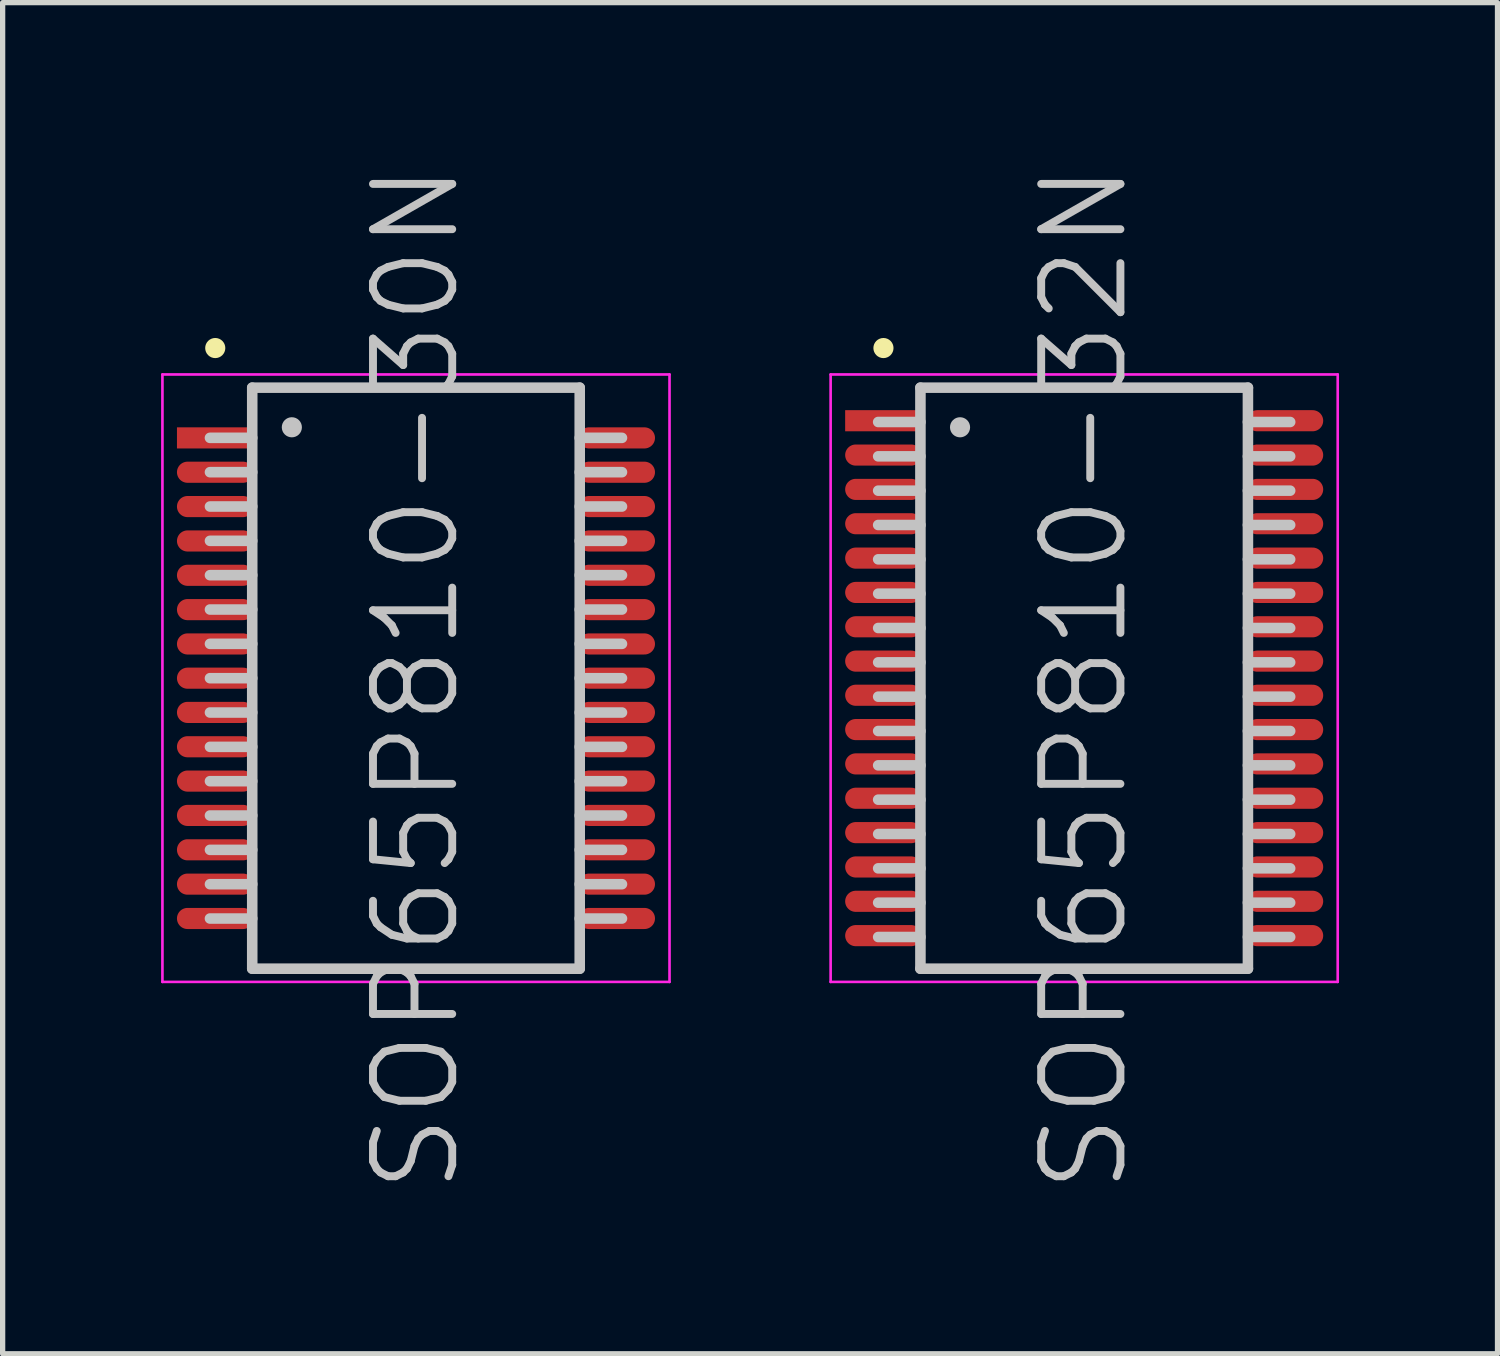
<source format=kicad_pcb>
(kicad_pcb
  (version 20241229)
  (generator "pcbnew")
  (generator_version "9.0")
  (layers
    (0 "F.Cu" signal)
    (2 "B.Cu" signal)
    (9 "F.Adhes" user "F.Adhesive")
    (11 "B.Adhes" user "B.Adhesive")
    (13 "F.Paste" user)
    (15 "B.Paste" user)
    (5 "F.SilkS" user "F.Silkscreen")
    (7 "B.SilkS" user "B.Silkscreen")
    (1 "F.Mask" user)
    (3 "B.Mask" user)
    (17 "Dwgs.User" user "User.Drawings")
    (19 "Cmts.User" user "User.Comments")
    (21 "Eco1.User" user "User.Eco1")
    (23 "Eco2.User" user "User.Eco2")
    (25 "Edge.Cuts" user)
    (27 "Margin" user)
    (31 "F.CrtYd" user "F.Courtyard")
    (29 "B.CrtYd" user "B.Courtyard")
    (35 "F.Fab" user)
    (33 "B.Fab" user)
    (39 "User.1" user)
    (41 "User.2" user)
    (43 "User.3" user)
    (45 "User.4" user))
  (footprint "SOP65P810-30N"
    (layer "F.Cu")
    (at 4.825 9.789)
    (property "Reference" "SOP65P810-30N" (at 0 0 90) (layer "Dwgs.User") (effects (font (size 1.5 1.5) (thickness 0.15))))
    (attr smd)
    (fp_line (start -3.8 -6.25) (end -3.8 -6.25) (stroke (width 0.381) (type solid)) (layer "F.SilkS"))
    (fp_line (start -3.1 -5.5) (end -3.1 5.5) (stroke (width 0.2) (type solid)) (layer "Dwgs.User"))
    (fp_line (start -3.1 -5.5) (end 3.1 -5.5) (stroke (width 0.2) (type solid)) (layer "Dwgs.User"))
    (fp_line (start -3.1 -4.55) (end -3.9 -4.55) (stroke (width 0.2) (type solid)) (layer "Dwgs.User"))
    (fp_line (start -3.1 -3.9) (end -3.9 -3.9) (stroke (width 0.2) (type solid)) (layer "Dwgs.User"))
    (fp_line (start -3.1 -3.25) (end -3.9 -3.25) (stroke (width 0.2) (type solid)) (layer "Dwgs.User"))
    (fp_line (start -3.1 -2.6) (end -3.9 -2.6) (stroke (width 0.2) (type solid)) (layer "Dwgs.User"))
    (fp_line (start -3.1 -1.95) (end -3.9 -1.95) (stroke (width 0.2) (type solid)) (layer "Dwgs.User"))
    (fp_line (start -3.1 -1.3) (end -3.9 -1.3) (stroke (width 0.2) (type solid)) (layer "Dwgs.User"))
    (fp_line (start -3.1 -0.65) (end -3.9 -0.65) (stroke (width 0.2) (type solid)) (layer "Dwgs.User"))
    (fp_line (start -3.1 0) (end -3.9 0) (stroke (width 0.2) (type solid)) (layer "Dwgs.User"))
    (fp_line (start -3.1 0.65) (end -3.9 0.65) (stroke (width 0.2) (type solid)) (layer "Dwgs.User"))
    (fp_line (start -3.1 1.3) (end -3.9 1.3) (stroke (width 0.2) (type solid)) (layer "Dwgs.User"))
    (fp_line (start -3.1 1.95) (end -3.9 1.95) (stroke (width 0.2) (type solid)) (layer "Dwgs.User"))
    (fp_line (start -3.1 2.6) (end -3.9 2.6) (stroke (width 0.2) (type solid)) (layer "Dwgs.User"))
    (fp_line (start -3.1 3.25) (end -3.9 3.25) (stroke (width 0.2) (type solid)) (layer "Dwgs.User"))
    (fp_line (start -3.1 3.9) (end -3.9 3.9) (stroke (width 0.2) (type solid)) (layer "Dwgs.User"))
    (fp_line (start -3.1 4.55) (end -3.9 4.55) (stroke (width 0.2) (type solid)) (layer "Dwgs.User"))
    (fp_line (start -3.1 5.5) (end 3.1 5.5) (stroke (width 0.2) (type solid)) (layer "Dwgs.User"))
    (fp_line (start -2.35 -4.75) (end -2.35 -4.75) (stroke (width 0.381) (type solid)) (layer "Dwgs.User"))
    (fp_line (start 3.1 -5.5) (end 3.1 5.5) (stroke (width 0.2) (type solid)) (layer "Dwgs.User"))
    (fp_line (start 3.9 -4.55) (end 3.1 -4.55) (stroke (width 0.2) (type solid)) (layer "Dwgs.User"))
    (fp_line (start 3.9 -3.9) (end 3.1 -3.9) (stroke (width 0.2) (type solid)) (layer "Dwgs.User"))
    (fp_line (start 3.9 -3.25) (end 3.1 -3.25) (stroke (width 0.2) (type solid)) (layer "Dwgs.User"))
    (fp_line (start 3.9 -2.6) (end 3.1 -2.6) (stroke (width 0.2) (type solid)) (layer "Dwgs.User"))
    (fp_line (start 3.9 -1.95) (end 3.1 -1.95) (stroke (width 0.2) (type solid)) (layer "Dwgs.User"))
    (fp_line (start 3.9 -1.3) (end 3.1 -1.3) (stroke (width 0.2) (type solid)) (layer "Dwgs.User"))
    (fp_line (start 3.9 -0.65) (end 3.1 -0.65) (stroke (width 0.2) (type solid)) (layer "Dwgs.User"))
    (fp_line (start 3.9 0) (end 3.1 0) (stroke (width 0.2) (type solid)) (layer "Dwgs.User"))
    (fp_line (start 3.9 0.65) (end 3.1 0.65) (stroke (width 0.2) (type solid)) (layer "Dwgs.User"))
    (fp_line (start 3.9 1.3) (end 3.1 1.3) (stroke (width 0.2) (type solid)) (layer "Dwgs.User"))
    (fp_line (start 3.9 1.95) (end 3.1 1.95) (stroke (width 0.2) (type solid)) (layer "Dwgs.User"))
    (fp_line (start 3.9 2.6) (end 3.1 2.6) (stroke (width 0.2) (type solid)) (layer "Dwgs.User"))
    (fp_line (start 3.9 3.25) (end 3.1 3.25) (stroke (width 0.2) (type solid)) (layer "Dwgs.User"))
    (fp_line (start 3.9 3.9) (end 3.1 3.9) (stroke (width 0.2) (type solid)) (layer "Dwgs.User"))
    (fp_line (start 3.9 4.55) (end 3.1 4.55) (stroke (width 0.2) (type solid)) (layer "Dwgs.User"))
    (fp_line (start -4.8 -5.75) (end -4.8 5.75) (stroke (width 0.05) (type solid)) (layer "F.CrtYd"))
    (fp_line (start -4.8 -5.75) (end 4.8 -5.75) (stroke (width 0.05) (type solid)) (layer "F.CrtYd"))
    (fp_line (start -4.8 5.75) (end 4.8 5.75) (stroke (width 0.05) (type solid)) (layer "F.CrtYd"))
    (fp_line (start 4.8 -5.75) (end 4.8 5.75) (stroke (width 0.05) (type solid)) (layer "F.CrtYd"))
    (pad "1" smd rect (at -3.8 -4.549 90) (size 0.4 1.45) (layers "F.Cu" "F.Mask" "F.Paste"))
    (pad "2" smd oval (at -3.8 -3.899 90) (size 0.4 1.45) (layers "F.Cu" "F.Mask" "F.Paste"))
    (pad "3" smd oval (at -3.8 -3.249 90) (size 0.4 1.45) (layers "F.Cu" "F.Mask" "F.Paste"))
    (pad "4" smd oval (at -3.8 -2.598 90) (size 0.4 1.45) (layers "F.Cu" "F.Mask" "F.Paste"))
    (pad "5" smd oval (at -3.8 -1.948 90) (size 0.4 1.45) (layers "F.Cu" "F.Mask" "F.Paste"))
    (pad "6" smd oval (at -3.8 -1.298 90) (size 0.4 1.45) (layers "F.Cu" "F.Mask" "F.Paste"))
    (pad "7" smd oval (at -3.8 -0.648 90) (size 0.4 1.45) (layers "F.Cu" "F.Mask" "F.Paste"))
    (pad "8" smd oval (at -3.8 0 90) (size 0.4 1.45) (layers "F.Cu" "F.Mask" "F.Paste"))
    (pad "9" smd oval (at -3.8 0.648 90) (size 0.4 1.45) (layers "F.Cu" "F.Mask" "F.Paste"))
    (pad "10" smd oval (at -3.8 1.298 90) (size 0.4 1.45) (layers "F.Cu" "F.Mask" "F.Paste"))
    (pad "11" smd oval (at -3.8 1.948 90) (size 0.4 1.45) (layers "F.Cu" "F.Mask" "F.Paste"))
    (pad "12" smd oval (at -3.8 2.598 90) (size 0.4 1.45) (layers "F.Cu" "F.Mask" "F.Paste"))
    (pad "13" smd oval (at -3.8 3.249 90) (size 0.4 1.45) (layers "F.Cu" "F.Mask" "F.Paste"))
    (pad "14" smd oval (at -3.8 3.899 90) (size 0.4 1.45) (layers "F.Cu" "F.Mask" "F.Paste"))
    (pad "15" smd oval (at -3.8 4.549 90) (size 0.4 1.45) (layers "F.Cu" "F.Mask" "F.Paste"))
    (pad "16" smd oval (at 3.8 4.549 270) (size 0.4 1.45) (layers "F.Cu" "F.Mask" "F.Paste"))
    (pad "17" smd oval (at 3.8 3.899 270) (size 0.4 1.45) (layers "F.Cu" "F.Mask" "F.Paste"))
    (pad "18" smd oval (at 3.8 3.249 270) (size 0.4 1.45) (layers "F.Cu" "F.Mask" "F.Paste"))
    (pad "19" smd oval (at 3.8 2.598 270) (size 0.4 1.45) (layers "F.Cu" "F.Mask" "F.Paste"))
    (pad "20" smd oval (at 3.8 1.948 270) (size 0.4 1.45) (layers "F.Cu" "F.Mask" "F.Paste"))
    (pad "21" smd oval (at 3.8 1.298 270) (size 0.4 1.45) (layers "F.Cu" "F.Mask" "F.Paste"))
    (pad "22" smd oval (at 3.8 0.648 270) (size 0.4 1.45) (layers "F.Cu" "F.Mask" "F.Paste"))
    (pad "23" smd oval (at 3.8 0 270) (size 0.4 1.45) (layers "F.Cu" "F.Mask" "F.Paste"))
    (pad "24" smd oval (at 3.8 -0.648 270) (size 0.4 1.45) (layers "F.Cu" "F.Mask" "F.Paste"))
    (pad "25" smd oval (at 3.8 -1.298 270) (size 0.4 1.45) (layers "F.Cu" "F.Mask" "F.Paste"))
    (pad "26" smd oval (at 3.8 -1.948 270) (size 0.4 1.45) (layers "F.Cu" "F.Mask" "F.Paste"))
    (pad "27" smd oval (at 3.8 -2.598 270) (size 0.4 1.45) (layers "F.Cu" "F.Mask" "F.Paste"))
    (pad "28" smd oval (at 3.8 -3.249 270) (size 0.4 1.45) (layers "F.Cu" "F.Mask" "F.Paste"))
    (pad "29" smd oval (at 3.8 -3.899 270) (size 0.4 1.45) (layers "F.Cu" "F.Mask" "F.Paste"))
    (pad "30" smd oval (at 3.8 -4.549 270) (size 0.4 1.45) (layers "F.Cu" "F.Mask" "F.Paste")))
  (footprint "SOP65P810-32N"
    (layer "F.Cu")
    (at 17.475 9.789)
    (property "Reference" "SOP65P810-32N" (at 0 0 90) (layer "Dwgs.User") (effects (font (size 1.5 1.5) (thickness 0.15))))
    (attr smd)
    (fp_line (start -3.8 -6.25) (end -3.8 -6.25) (stroke (width 0.381) (type solid)) (layer "F.SilkS"))
    (fp_line (start -3.1 -5.5) (end -3.1 5.5) (stroke (width 0.2) (type solid)) (layer "Dwgs.User"))
    (fp_line (start -3.1 -5.5) (end 3.1 -5.5) (stroke (width 0.2) (type solid)) (layer "Dwgs.User"))
    (fp_line (start -3.1 -4.85) (end -3.9 -4.85) (stroke (width 0.2) (type solid)) (layer "Dwgs.User"))
    (fp_line (start -3.1 -4.2) (end -3.9 -4.2) (stroke (width 0.2) (type solid)) (layer "Dwgs.User"))
    (fp_line (start -3.1 -3.55) (end -3.9 -3.55) (stroke (width 0.2) (type solid)) (layer "Dwgs.User"))
    (fp_line (start -3.1 -2.9) (end -3.9 -2.9) (stroke (width 0.2) (type solid)) (layer "Dwgs.User"))
    (fp_line (start -3.1 -2.25) (end -3.9 -2.25) (stroke (width 0.2) (type solid)) (layer "Dwgs.User"))
    (fp_line (start -3.1 -1.6) (end -3.9 -1.6) (stroke (width 0.2) (type solid)) (layer "Dwgs.User"))
    (fp_line (start -3.1 -0.95) (end -3.9 -0.95) (stroke (width 0.2) (type solid)) (layer "Dwgs.User"))
    (fp_line (start -3.1 -0.3) (end -3.9 -0.3) (stroke (width 0.2) (type solid)) (layer "Dwgs.User"))
    (fp_line (start -3.1 0.35) (end -3.9 0.35) (stroke (width 0.2) (type solid)) (layer "Dwgs.User"))
    (fp_line (start -3.1 1) (end -3.9 1) (stroke (width 0.2) (type solid)) (layer "Dwgs.User"))
    (fp_line (start -3.1 1.65) (end -3.9 1.65) (stroke (width 0.2) (type solid)) (layer "Dwgs.User"))
    (fp_line (start -3.1 2.3) (end -3.9 2.3) (stroke (width 0.2) (type solid)) (layer "Dwgs.User"))
    (fp_line (start -3.1 2.95) (end -3.9 2.95) (stroke (width 0.2) (type solid)) (layer "Dwgs.User"))
    (fp_line (start -3.1 3.6) (end -3.9 3.6) (stroke (width 0.2) (type solid)) (layer "Dwgs.User"))
    (fp_line (start -3.1 4.25) (end -3.9 4.25) (stroke (width 0.2) (type solid)) (layer "Dwgs.User"))
    (fp_line (start -3.1 4.9) (end -3.9 4.9) (stroke (width 0.2) (type solid)) (layer "Dwgs.User"))
    (fp_line (start -3.1 5.5) (end 3.1 5.5) (stroke (width 0.2) (type solid)) (layer "Dwgs.User"))
    (fp_line (start -2.35 -4.75) (end -2.35 -4.75) (stroke (width 0.381) (type solid)) (layer "Dwgs.User"))
    (fp_line (start 3.1 -5.5) (end 3.1 5.5) (stroke (width 0.2) (type solid)) (layer "Dwgs.User"))
    (fp_line (start 3.9 -4.85) (end 3.1 -4.85) (stroke (width 0.2) (type solid)) (layer "Dwgs.User"))
    (fp_line (start 3.9 -4.2) (end 3.1 -4.2) (stroke (width 0.2) (type solid)) (layer "Dwgs.User"))
    (fp_line (start 3.9 -3.55) (end 3.1 -3.55) (stroke (width 0.2) (type solid)) (layer "Dwgs.User"))
    (fp_line (start 3.9 -2.9) (end 3.1 -2.9) (stroke (width 0.2) (type solid)) (layer "Dwgs.User"))
    (fp_line (start 3.9 -2.25) (end 3.1 -2.25) (stroke (width 0.2) (type solid)) (layer "Dwgs.User"))
    (fp_line (start 3.9 -1.6) (end 3.1 -1.6) (stroke (width 0.2) (type solid)) (layer "Dwgs.User"))
    (fp_line (start 3.9 -0.95) (end 3.1 -0.95) (stroke (width 0.2) (type solid)) (layer "Dwgs.User"))
    (fp_line (start 3.9 -0.3) (end 3.1 -0.3) (stroke (width 0.2) (type solid)) (layer "Dwgs.User"))
    (fp_line (start 3.9 0.35) (end 3.1 0.35) (stroke (width 0.2) (type solid)) (layer "Dwgs.User"))
    (fp_line (start 3.9 1) (end 3.1 1) (stroke (width 0.2) (type solid)) (layer "Dwgs.User"))
    (fp_line (start 3.9 1.65) (end 3.1 1.65) (stroke (width 0.2) (type solid)) (layer "Dwgs.User"))
    (fp_line (start 3.9 2.3) (end 3.1 2.3) (stroke (width 0.2) (type solid)) (layer "Dwgs.User"))
    (fp_line (start 3.9 2.95) (end 3.1 2.95) (stroke (width 0.2) (type solid)) (layer "Dwgs.User"))
    (fp_line (start 3.9 3.6) (end 3.1 3.6) (stroke (width 0.2) (type solid)) (layer "Dwgs.User"))
    (fp_line (start 3.9 4.25) (end 3.1 4.25) (stroke (width 0.2) (type solid)) (layer "Dwgs.User"))
    (fp_line (start 3.9 4.9) (end 3.1 4.9) (stroke (width 0.2) (type solid)) (layer "Dwgs.User"))
    (fp_line (start -4.8 -5.75) (end -4.8 5.75) (stroke (width 0.05) (type solid)) (layer "F.CrtYd"))
    (fp_line (start -4.8 -5.75) (end 4.8 -5.75) (stroke (width 0.05) (type solid)) (layer "F.CrtYd"))
    (fp_line (start -4.8 5.75) (end 4.8 5.75) (stroke (width 0.05) (type solid)) (layer "F.CrtYd"))
    (fp_line (start 4.8 -5.75) (end 4.8 5.75) (stroke (width 0.05) (type solid)) (layer "F.CrtYd"))
    (pad "1" smd rect (at -3.8 -4.874 90) (size 0.4 1.45) (layers "F.Cu" "F.Mask" "F.Paste"))
    (pad "2" smd oval (at -3.8 -4.224 90) (size 0.4 1.45) (layers "F.Cu" "F.Mask" "F.Paste"))
    (pad "3" smd oval (at -3.8 -3.574 90) (size 0.4 1.45) (layers "F.Cu" "F.Mask" "F.Paste"))
    (pad "4" smd oval (at -3.8 -2.924 90) (size 0.4 1.45) (layers "F.Cu" "F.Mask" "F.Paste"))
    (pad "5" smd oval (at -3.8 -2.273 90) (size 0.4 1.45) (layers "F.Cu" "F.Mask" "F.Paste"))
    (pad "6" smd oval (at -3.8 -1.623 90) (size 0.4 1.45) (layers "F.Cu" "F.Mask" "F.Paste"))
    (pad "7" smd oval (at -3.8 -0.973 90) (size 0.4 1.45) (layers "F.Cu" "F.Mask" "F.Paste"))
    (pad "8" smd oval (at -3.8 -0.323 90) (size 0.4 1.45) (layers "F.Cu" "F.Mask" "F.Paste"))
    (pad "9" smd oval (at -3.8 0.323 90) (size 0.4 1.45) (layers "F.Cu" "F.Mask" "F.Paste"))
    (pad "10" smd oval (at -3.8 0.973 90) (size 0.4 1.45) (layers "F.Cu" "F.Mask" "F.Paste"))
    (pad "11" smd oval (at -3.8 1.623 90) (size 0.4 1.45) (layers "F.Cu" "F.Mask" "F.Paste"))
    (pad "12" smd oval (at -3.8 2.273 90) (size 0.4 1.45) (layers "F.Cu" "F.Mask" "F.Paste"))
    (pad "13" smd oval (at -3.8 2.924 90) (size 0.4 1.45) (layers "F.Cu" "F.Mask" "F.Paste"))
    (pad "14" smd oval (at -3.8 3.574 90) (size 0.4 1.45) (layers "F.Cu" "F.Mask" "F.Paste"))
    (pad "15" smd oval (at -3.8 4.224 90) (size 0.4 1.45) (layers "F.Cu" "F.Mask" "F.Paste"))
    (pad "16" smd oval (at -3.8 4.874 90) (size 0.4 1.45) (layers "F.Cu" "F.Mask" "F.Paste"))
    (pad "17" smd oval (at 3.8 4.874 270) (size 0.4 1.45) (layers "F.Cu" "F.Mask" "F.Paste"))
    (pad "18" smd oval (at 3.8 4.224 270) (size 0.4 1.45) (layers "F.Cu" "F.Mask" "F.Paste"))
    (pad "19" smd oval (at 3.8 3.574 270) (size 0.4 1.45) (layers "F.Cu" "F.Mask" "F.Paste"))
    (pad "20" smd oval (at 3.8 2.924 270) (size 0.4 1.45) (layers "F.Cu" "F.Mask" "F.Paste"))
    (pad "21" smd oval (at 3.8 2.273 270) (size 0.4 1.45) (layers "F.Cu" "F.Mask" "F.Paste"))
    (pad "22" smd oval (at 3.8 1.623 270) (size 0.4 1.45) (layers "F.Cu" "F.Mask" "F.Paste"))
    (pad "23" smd oval (at 3.8 0.973 270) (size 0.4 1.45) (layers "F.Cu" "F.Mask" "F.Paste"))
    (pad "24" smd oval (at 3.8 0.323 270) (size 0.4 1.45) (layers "F.Cu" "F.Mask" "F.Paste"))
    (pad "25" smd oval (at 3.8 -0.323 270) (size 0.4 1.45) (layers "F.Cu" "F.Mask" "F.Paste"))
    (pad "26" smd oval (at 3.8 -0.973 270) (size 0.4 1.45) (layers "F.Cu" "F.Mask" "F.Paste"))
    (pad "27" smd oval (at 3.8 -1.623 270) (size 0.4 1.45) (layers "F.Cu" "F.Mask" "F.Paste"))
    (pad "28" smd oval (at 3.8 -2.273 270) (size 0.4 1.45) (layers "F.Cu" "F.Mask" "F.Paste"))
    (pad "29" smd oval (at 3.8 -2.924 270) (size 0.4 1.45) (layers "F.Cu" "F.Mask" "F.Paste"))
    (pad "30" smd oval (at 3.8 -3.574 270) (size 0.4 1.45) (layers "F.Cu" "F.Mask" "F.Paste"))
    (pad "31" smd oval (at 3.8 -4.224 270) (size 0.4 1.45) (layers "F.Cu" "F.Mask" "F.Paste"))
    (pad "32" smd oval (at 3.8 -4.874 270) (size 0.4 1.45) (layers "F.Cu" "F.Mask" "F.Paste")))
  (gr_rect
    (start -3 -3)
    (end 25.3 22.579)
    (stroke (width 0.1) (type default))
    (fill no)
    (layer "Edge.Cuts")))
</source>
